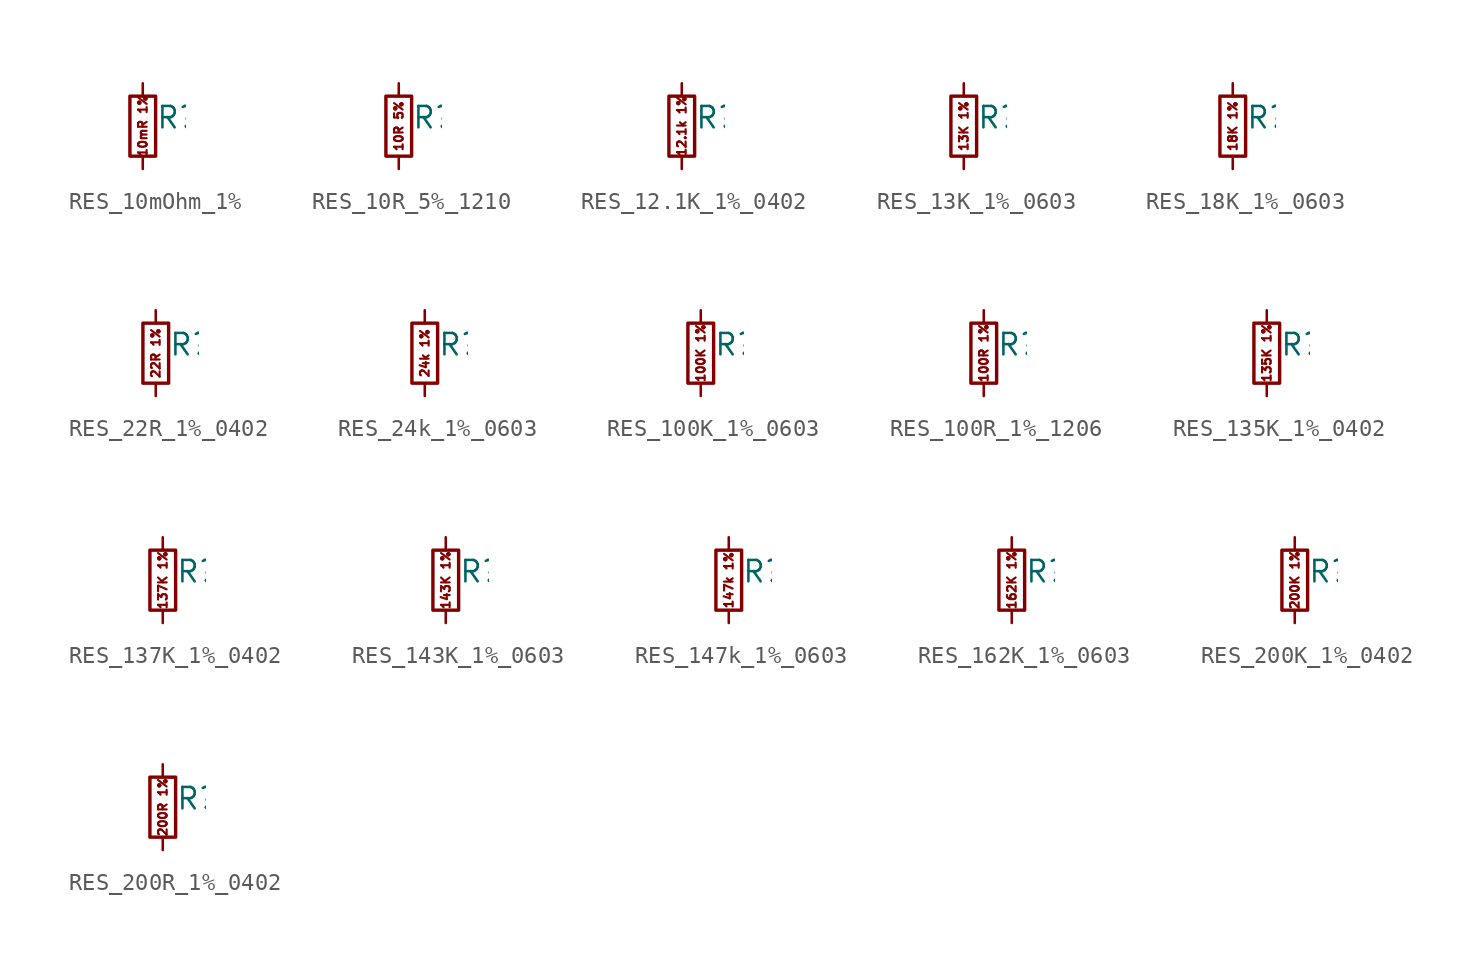
<source format=kicad_sym>
(kicad_symbol_lib
  (version 20211014)
  (generator kicad_symbol_editor)
  (symbol "RES_10mOhm_1%"
    (pin_numbers hide)
    (pin_names
      (offset 0.254) hide)
    (property "Reference" "R"
      (at 0.762 0.508 0)
      (effects (font (size 1.27 1.27)) (justify left)))
    (symbol "RES_10mOhm_1%_0_0"
      (text "10mR 1%" (at 0 0 900) (effects (font (size 0.508 0.508)))))
    (symbol "RES_10mOhm_1%_0_1"
      (rectangle (start -0.762 1.778) (end 0.762 -1.778) (stroke (width 0.203) (type default) (color 0 0 0 0)) (fill (type none))))
    (symbol "RES_10mOhm_1%_1_1"
      (pin passive line (at 0 2.54 270) (length 0.762) (name "~" (effects (font (size 1.27 1.27)))) (number "1" (effects (font (size 1.27 1.27)))))
      (pin passive line (at 0 -2.54 90) (length 0.762) (name "~" (effects (font (size 1.27 1.27)))) (number "2" (effects (font (size 1.27 1.27)))))))
  (symbol "RES_10R_5%_1210"
    (pin_numbers hide)
    (pin_names
      (offset 0.254) hide)
    (property "Reference" "R"
      (at 0.762 0.508 0)
      (effects (font (size 1.27 1.27)) (justify left)))
    (symbol "RES_10R_5%_1210_0_0"
      (text "10R 5%" (at 0 0 900) (effects (font (size 0.508 0.508)))))
    (symbol "RES_10R_5%_1210_0_1"
      (rectangle (start -0.762 1.778) (end 0.762 -1.778) (stroke (width 0.203) (type default) (color 0 0 0 0)) (fill (type none))))
    (symbol "RES_10R_5%_1210_1_1"
      (pin passive line (at 0 2.54 270) (length 0.762) (name "~" (effects (font (size 1.27 1.27)))) (number "1" (effects (font (size 1.27 1.27)))))
      (pin passive line (at 0 -2.54 90) (length 0.762) (name "~" (effects (font (size 1.27 1.27)))) (number "2" (effects (font (size 1.27 1.27)))))))
  (symbol "RES_12.1K_1%_0402"
    (pin_numbers hide)
    (pin_names
      (offset 0.254) hide)
    (property "Reference" "R"
      (at 0.762 0.508 0)
      (effects (font (size 1.27 1.27)) (justify left)))
    (symbol "RES_12.1K_1%_0402_0_0"
      (text "12.1k 1%" (at 0 0 900) (effects (font (size 0.508 0.508)))))
    (symbol "RES_12.1K_1%_0402_0_1"
      (rectangle (start -0.762 1.778) (end 0.762 -1.778) (stroke (width 0.203) (type default) (color 0 0 0 0)) (fill (type none))))
    (symbol "RES_12.1K_1%_0402_1_1"
      (pin passive line (at 0 2.54 270) (length 0.762) (name "~" (effects (font (size 1.27 1.27)))) (number "1" (effects (font (size 1.27 1.27)))))
      (pin passive line (at 0 -2.54 90) (length 0.762) (name "~" (effects (font (size 1.27 1.27)))) (number "2" (effects (font (size 1.27 1.27)))))))
  (symbol "RES_13K_1%_0603"
    (pin_numbers hide)
    (pin_names
      (offset 0.254) hide)
    (property "Reference" "R"
      (at 0.762 0.508 0)
      (effects (font (size 1.27 1.27)) (justify left)))
    (symbol "RES_13K_1%_0603_0_0"
      (text "13K 1%" (at 0 0 900) (effects (font (size 0.508 0.508)))))
    (symbol "RES_13K_1%_0603_0_1"
      (rectangle (start -0.762 1.778) (end 0.762 -1.778) (stroke (width 0.203) (type default) (color 0 0 0 0)) (fill (type none))))
    (symbol "RES_13K_1%_0603_1_1"
      (pin passive line (at 0 2.54 270) (length 0.762) (name "~" (effects (font (size 1.27 1.27)))) (number "1" (effects (font (size 1.27 1.27)))))
      (pin passive line (at 0 -2.54 90) (length 0.762) (name "~" (effects (font (size 1.27 1.27)))) (number "2" (effects (font (size 1.27 1.27)))))))
  (symbol "RES_18K_1%_0603"
    (pin_numbers hide)
    (pin_names
      (offset 0.254) hide)
    (property "Reference" "R"
      (at 0.762 0.508 0)
      (effects (font (size 1.27 1.27)) (justify left)))
    (symbol "RES_18K_1%_0603_0_0"
      (text "18K 1%" (at 0 0 900) (effects (font (size 0.508 0.508)))))
    (symbol "RES_18K_1%_0603_0_1"
      (rectangle (start -0.762 1.778) (end 0.762 -1.778) (stroke (width 0.203) (type default) (color 0 0 0 0)) (fill (type none))))
    (symbol "RES_18K_1%_0603_1_1"
      (pin passive line (at 0 2.54 270) (length 0.762) (name "~" (effects (font (size 1.27 1.27)))) (number "1" (effects (font (size 1.27 1.27)))))
      (pin passive line (at 0 -2.54 90) (length 0.762) (name "~" (effects (font (size 1.27 1.27)))) (number "2" (effects (font (size 1.27 1.27)))))))
  (symbol "RES_22R_1%_0402"
    (pin_numbers hide)
    (pin_names
      (offset 0.254) hide)
    (property "Reference" "R"
      (at 0.762 0.508 0)
      (effects (font (size 1.27 1.27)) (justify left)))
    (symbol "RES_22R_1%_0402_0_0"
      (text "22R 1%" (at 0 0 900) (effects (font (size 0.508 0.508)))))
    (symbol "RES_22R_1%_0402_0_1"
      (rectangle (start -0.762 1.778) (end 0.762 -1.778) (stroke (width 0.203) (type default) (color 0 0 0 0)) (fill (type none))))
    (symbol "RES_22R_1%_0402_1_1"
      (pin passive line (at 0 2.54 270) (length 0.762) (name "~" (effects (font (size 1.27 1.27)))) (number "1" (effects (font (size 1.27 1.27)))))
      (pin passive line (at 0 -2.54 90) (length 0.762) (name "~" (effects (font (size 1.27 1.27)))) (number "2" (effects (font (size 1.27 1.27)))))))
  (symbol "RES_24k_1%_0603"
    (pin_numbers hide)
    (pin_names
      (offset 0.254) hide)
    (property "Reference" "R"
      (at 0.762 0.508 0)
      (effects (font (size 1.27 1.27)) (justify left)))
    (symbol "RES_24k_1%_0603_0_0"
      (text "24k 1%" (at 0 0 900) (effects (font (size 0.508 0.508)))))
    (symbol "RES_24k_1%_0603_0_1"
      (rectangle (start -0.762 1.778) (end 0.762 -1.778) (stroke (width 0.203) (type default) (color 0 0 0 0)) (fill (type none))))
    (symbol "RES_24k_1%_0603_1_1"
      (pin passive line (at 0 2.54 270) (length 0.762) (name "~" (effects (font (size 1.27 1.27)))) (number "1" (effects (font (size 1.27 1.27)))))
      (pin passive line (at 0 -2.54 90) (length 0.762) (name "~" (effects (font (size 1.27 1.27)))) (number "2" (effects (font (size 1.27 1.27)))))))
  (symbol "RES_100K_1%_0603"
    (pin_numbers hide)
    (pin_names
      (offset 0.254) hide)
    (property "Reference" "R"
      (at 0.762 0.508 0)
      (effects (font (size 1.27 1.27)) (justify left)))
    (symbol "RES_100K_1%_0603_0_0"
      (text "100K 1%" (at 0 0 900) (effects (font (size 0.508 0.508)))))
    (symbol "RES_100K_1%_0603_0_1"
      (rectangle (start -0.762 1.778) (end 0.762 -1.778) (stroke (width 0.203) (type default) (color 0 0 0 0)) (fill (type none))))
    (symbol "RES_100K_1%_0603_1_1"
      (pin passive line (at 0 2.54 270) (length 0.762) (name "~" (effects (font (size 1.27 1.27)))) (number "1" (effects (font (size 1.27 1.27)))))
      (pin passive line (at 0 -2.54 90) (length 0.762) (name "~" (effects (font (size 1.27 1.27)))) (number "2" (effects (font (size 1.27 1.27)))))))
  (symbol "RES_100R_1%_1206"
    (pin_numbers hide)
    (pin_names
      (offset 0.254) hide)
    (property "Reference" "R"
      (at 0.762 0.508 0)
      (effects (font (size 1.27 1.27)) (justify left)))
    (symbol "RES_100R_1%_1206_0_0"
      (text "100R 1%" (at 0 0 900) (effects (font (size 0.508 0.508)))))
    (symbol "RES_100R_1%_1206_0_1"
      (rectangle (start -0.762 1.778) (end 0.762 -1.778) (stroke (width 0.203) (type default) (color 0 0 0 0)) (fill (type none))))
    (symbol "RES_100R_1%_1206_1_1"
      (pin passive line (at 0 2.54 270) (length 0.762) (name "~" (effects (font (size 1.27 1.27)))) (number "1" (effects (font (size 1.27 1.27)))))
      (pin passive line (at 0 -2.54 90) (length 0.762) (name "~" (effects (font (size 1.27 1.27)))) (number "2" (effects (font (size 1.27 1.27)))))))
  (symbol "RES_135K_1%_0402"
    (pin_numbers hide)
    (pin_names
      (offset 0.254) hide)
    (property "Reference" "R"
      (at 0.762 0.508 0)
      (effects (font (size 1.27 1.27)) (justify left)))
    (symbol "RES_135K_1%_0402_0_0"
      (text "135K 1%" (at 0 0 900) (effects (font (size 0.508 0.508)))))
    (symbol "RES_135K_1%_0402_0_1"
      (rectangle (start -0.762 1.778) (end 0.762 -1.778) (stroke (width 0.203) (type default) (color 0 0 0 0)) (fill (type none))))
    (symbol "RES_135K_1%_0402_1_1"
      (pin passive line (at 0 2.54 270) (length 0.762) (name "~" (effects (font (size 1.27 1.27)))) (number "1" (effects (font (size 1.27 1.27)))))
      (pin passive line (at 0 -2.54 90) (length 0.762) (name "~" (effects (font (size 1.27 1.27)))) (number "2" (effects (font (size 1.27 1.27)))))))
  (symbol "RES_137K_1%_0402"
    (pin_numbers hide)
    (pin_names
      (offset 0.254) hide)
    (property "Reference" "R"
      (at 0.762 0.508 0)
      (effects (font (size 1.27 1.27)) (justify left)))
    (symbol "RES_137K_1%_0402_0_0"
      (text "137K 1%" (at 0 0 900) (effects (font (size 0.508 0.508)))))
    (symbol "RES_137K_1%_0402_0_1"
      (rectangle (start -0.762 1.778) (end 0.762 -1.778) (stroke (width 0.203) (type default) (color 0 0 0 0)) (fill (type none))))
    (symbol "RES_137K_1%_0402_1_1"
      (pin passive line (at 0 2.54 270) (length 0.762) (name "~" (effects (font (size 1.27 1.27)))) (number "1" (effects (font (size 1.27 1.27)))))
      (pin passive line (at 0 -2.54 90) (length 0.762) (name "~" (effects (font (size 1.27 1.27)))) (number "2" (effects (font (size 1.27 1.27)))))))
  (symbol "RES_143K_1%_0603"
    (pin_numbers hide)
    (pin_names
      (offset 0.254) hide)
    (property "Reference" "R"
      (at 0.762 0.508 0)
      (effects (font (size 1.27 1.27)) (justify left)))
    (symbol "RES_143K_1%_0603_0_0"
      (text "143K 1%" (at 0 0 900) (effects (font (size 0.508 0.508)))))
    (symbol "RES_143K_1%_0603_0_1"
      (rectangle (start -0.762 1.778) (end 0.762 -1.778) (stroke (width 0.203) (type default) (color 0 0 0 0)) (fill (type none))))
    (symbol "RES_143K_1%_0603_1_1"
      (pin passive line (at 0 2.54 270) (length 0.762) (name "~" (effects (font (size 1.27 1.27)))) (number "1" (effects (font (size 1.27 1.27)))))
      (pin passive line (at 0 -2.54 90) (length 0.762) (name "~" (effects (font (size 1.27 1.27)))) (number "2" (effects (font (size 1.27 1.27)))))))
  (symbol "RES_147k_1%_0603"
    (pin_numbers hide)
    (pin_names
      (offset 0.254) hide)
    (property "Reference" "R"
      (at 0.762 0.508 0)
      (effects (font (size 1.27 1.27)) (justify left)))
    (symbol "RES_147k_1%_0603_0_0"
      (text "147k 1%" (at 0 0 900) (effects (font (size 0.508 0.508)))))
    (symbol "RES_147k_1%_0603_0_1"
      (rectangle (start -0.762 1.778) (end 0.762 -1.778) (stroke (width 0.203) (type default) (color 0 0 0 0)) (fill (type none))))
    (symbol "RES_147k_1%_0603_1_1"
      (pin passive line (at 0 2.54 270) (length 0.762) (name "~" (effects (font (size 1.27 1.27)))) (number "1" (effects (font (size 1.27 1.27)))))
      (pin passive line (at 0 -2.54 90) (length 0.762) (name "~" (effects (font (size 1.27 1.27)))) (number "2" (effects (font (size 1.27 1.27)))))))
  (symbol "RES_162K_1%_0603"
    (pin_numbers hide)
    (pin_names
      (offset 0.254) hide)
    (property "Reference" "R"
      (at 0.762 0.508 0)
      (effects (font (size 1.27 1.27)) (justify left)))
    (symbol "RES_162K_1%_0603_0_0"
      (text "162K 1%" (at 0 0 900) (effects (font (size 0.508 0.508)))))
    (symbol "RES_162K_1%_0603_0_1"
      (rectangle (start -0.762 1.778) (end 0.762 -1.778) (stroke (width 0.203) (type default) (color 0 0 0 0)) (fill (type none))))
    (symbol "RES_162K_1%_0603_1_1"
      (pin passive line (at 0 2.54 270) (length 0.762) (name "~" (effects (font (size 1.27 1.27)))) (number "1" (effects (font (size 1.27 1.27)))))
      (pin passive line (at 0 -2.54 90) (length 0.762) (name "~" (effects (font (size 1.27 1.27)))) (number "2" (effects (font (size 1.27 1.27)))))))
  (symbol "RES_200K_1%_0402"
    (pin_numbers hide)
    (pin_names
      (offset 0.254) hide)
    (property "Reference" "R"
      (at 0.762 0.508 0)
      (effects (font (size 1.27 1.27)) (justify left)))
    (symbol "RES_200K_1%_0402_0_0"
      (text "200K 1%" (at 0 0 900) (effects (font (size 0.508 0.508)))))
    (symbol "RES_200K_1%_0402_0_1"
      (rectangle (start -0.762 1.778) (end 0.762 -1.778) (stroke (width 0.203) (type default) (color 0 0 0 0)) (fill (type none))))
    (symbol "RES_200K_1%_0402_1_1"
      (pin passive line (at 0 2.54 270) (length 0.762) (name "~" (effects (font (size 1.27 1.27)))) (number "1" (effects (font (size 1.27 1.27)))))
      (pin passive line (at 0 -2.54 90) (length 0.762) (name "~" (effects (font (size 1.27 1.27)))) (number "2" (effects (font (size 1.27 1.27)))))))
  (symbol "RES_200R_1%_0402"
    (pin_numbers hide)
    (pin_names
      (offset 0.254) hide)
    (property "Reference" "R"
      (at 0.762 0.508 0)
      (effects (font (size 1.27 1.27)) (justify left)))
    (symbol "RES_200R_1%_0402_0_0"
      (text "200R 1%" (at 0 0 900) (effects (font (size 0.508 0.508)))))
    (symbol "RES_200R_1%_0402_0_1"
      (rectangle (start -0.762 1.778) (end 0.762 -1.778) (stroke (width 0.203) (type default) (color 0 0 0 0)) (fill (type none))))
    (symbol "RES_200R_1%_0402_1_1"
      (pin passive line (at 0 2.54 270) (length 0.762) (name "~" (effects (font (size 1.27 1.27)))) (number "1" (effects (font (size 1.27 1.27)))))
      (pin passive line (at 0 -2.54 90) (length 0.762) (name "~" (effects (font (size 1.27 1.27)))) (number "2" (effects (font (size 1.27 1.27))))))))
</source>
